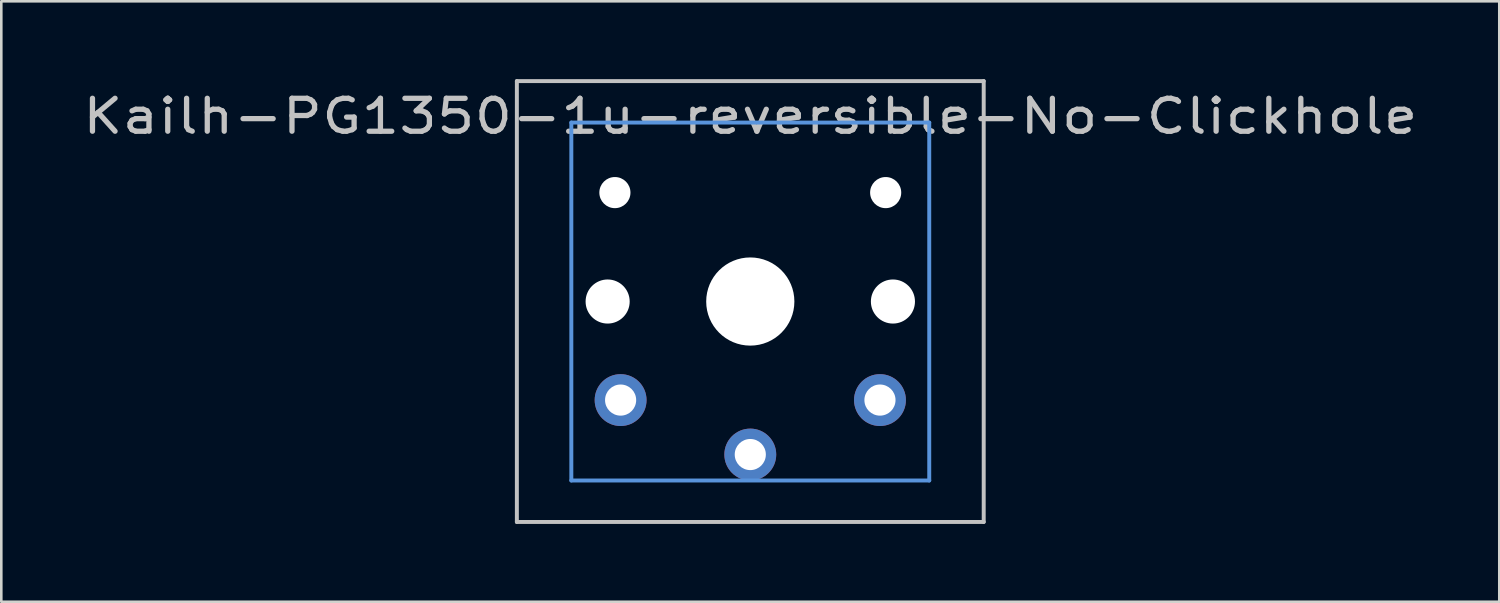
<source format=kicad_pcb>
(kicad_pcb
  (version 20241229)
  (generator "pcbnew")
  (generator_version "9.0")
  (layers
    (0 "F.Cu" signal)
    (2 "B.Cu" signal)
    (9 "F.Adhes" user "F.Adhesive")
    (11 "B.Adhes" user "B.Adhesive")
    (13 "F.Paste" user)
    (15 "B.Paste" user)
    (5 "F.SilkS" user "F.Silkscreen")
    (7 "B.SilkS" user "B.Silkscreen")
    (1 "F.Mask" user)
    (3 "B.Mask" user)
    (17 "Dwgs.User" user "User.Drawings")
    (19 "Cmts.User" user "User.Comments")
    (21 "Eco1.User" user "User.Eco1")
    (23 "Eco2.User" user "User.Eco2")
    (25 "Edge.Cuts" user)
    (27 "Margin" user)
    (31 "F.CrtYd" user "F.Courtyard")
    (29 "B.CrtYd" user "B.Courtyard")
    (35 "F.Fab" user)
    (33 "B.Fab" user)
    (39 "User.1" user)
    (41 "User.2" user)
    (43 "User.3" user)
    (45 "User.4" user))
  (footprint "Kailh-PG1350-1u-reversible-No-Clickhole"
    (layer "F.Cu")
    (at 25.879 8.576)
    (property "Reference" "Kailh-PG1350-1u-reversible-No-Clickhole" (at 0 -7.144 180) (layer "Dwgs.User") (effects (font (size 1.27 1.524) (thickness 0.203))))
    (attr through_hole)
    (fp_line (start -9 -8.5) (end 9 -8.5) (stroke (width 0.152) (type solid)) (layer "Dwgs.User"))
    (fp_line (start -9 8.5) (end -9 -8.5) (stroke (width 0.152) (type solid)) (layer "Dwgs.User"))
    (fp_line (start 9 -8.5) (end 9 8.5) (stroke (width 0.152) (type solid)) (layer "Dwgs.User"))
    (fp_line (start 9 8.5) (end -9 8.5) (stroke (width 0.152) (type solid)) (layer "Dwgs.User"))
    (fp_line (start -6.9 -6.9) (end 6.9 -6.9) (stroke (width 0.152) (type solid)) (layer "Cmts.User"))
    (fp_line (start -6.9 6.9) (end -6.9 -6.9) (stroke (width 0.152) (type solid)) (layer "Cmts.User"))
    (fp_line (start 6.9 -6.9) (end 6.9 6.9) (stroke (width 0.152) (type solid)) (layer "Cmts.User"))
    (fp_line (start 6.9 6.9) (end -6.9 6.9) (stroke (width 0.152) (type solid)) (layer "Cmts.User"))
    (fp_line (start -7.5 -7.5) (end 7.5 -7.5) (stroke (width 0.152) (type solid)) (layer "Eco2.User"))
    (fp_line (start -7.5 7.5) (end -7.5 -7.5) (stroke (width 0.152) (type solid)) (layer "Eco2.User"))
    (fp_line (start 7.5 -7.5) (end 7.5 7.5) (stroke (width 0.152) (type solid)) (layer "Eco2.User"))
    (fp_line (start 7.5 7.5) (end -7.5 7.5) (stroke (width 0.152) (type solid)) (layer "Eco2.User"))
    (pad "" np_thru_hole circle (at -5.5 0 180) (size 1.7 1.7) (drill 1.7) (layers "*.Cu" "*.Mask"))
    (pad "" np_thru_hole circle (at -5.22 -4.2 180) (size 1.2 1.2) (drill 1.2) (layers "*.Cu"))
    (pad "" np_thru_hole circle (at 0 0 180) (size 3.4 3.4) (drill 3.4) (layers "*.Cu" "*.Mask"))
    (pad "" np_thru_hole circle (at 5.22 -4.2 180) (size 1.2 1.2) (drill 1.2) (layers "*.Cu"))
    (pad "" np_thru_hole circle (at 5.5 0 180) (size 1.7 1.7) (drill 1.7) (layers "*.Cu" "*.Mask"))
    (pad "1" thru_hole circle (at 0 5.9 180) (size 2 2) (drill 1.2) (layers "*.Cu" "*.Mask"))
    (pad "2" thru_hole circle (at -5 3.8 41.9) (size 2 2) (drill 1.2) (layers "*.Cu" "B.Mask"))
    (pad "2" thru_hole circle (at 5 3.8 41.9) (size 2 2) (drill 1.2) (layers "*.Cu" "F.Mask")))
  (gr_rect
    (start -3 -3)
    (end 54.758 20.152)
    (stroke (width 0.1) (type default))
    (fill no)
    (layer "Edge.Cuts")))
</source>
